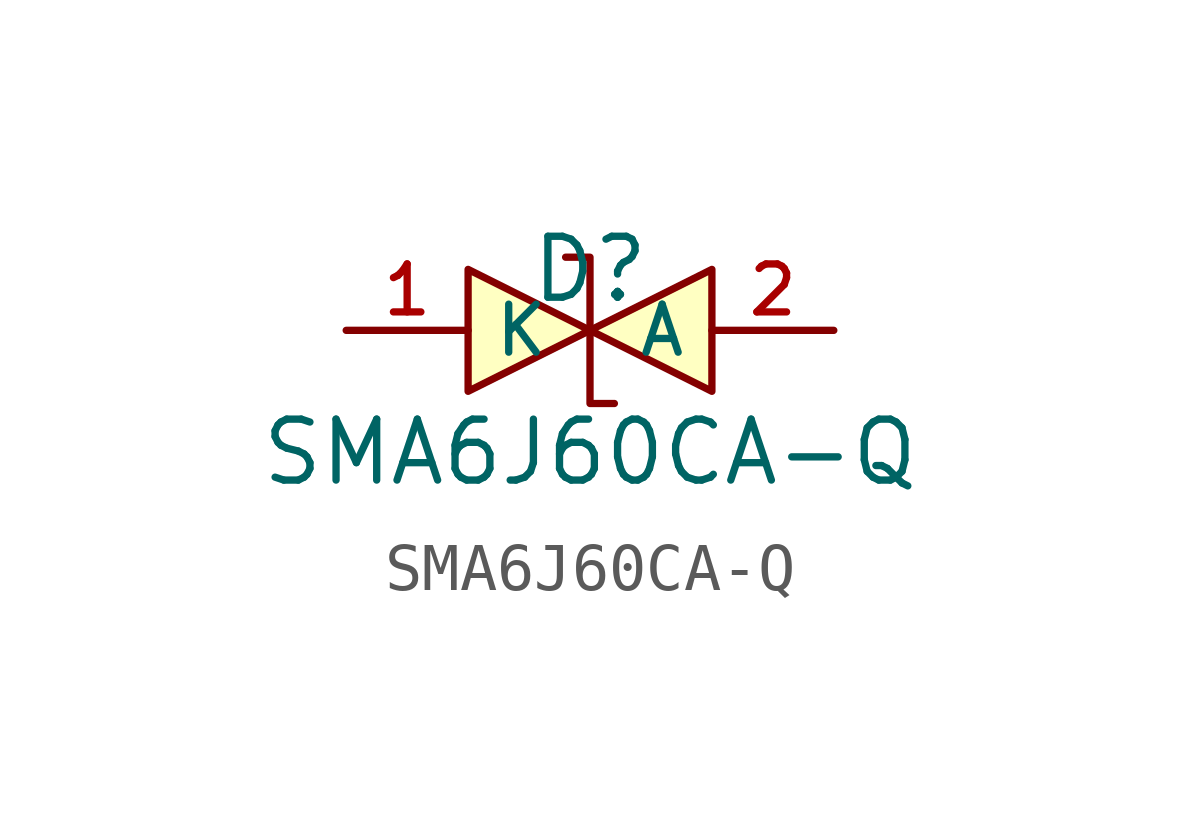
<source format=kicad_sym>
(kicad_symbol_lib
  (version 20210201)
  (generator TousstNicolas/JLC2KiCad_lib)
  (symbol "SMA6J60CA-Q"
    (property "Reference" "D"
      (at 0 1.27 0)
      (effects (font (size 1.27 1.27))))
    (property "Value" "SMA6J60CA-Q"
      (at 0 -2.54 0)
      (effects (font (size 1.27 1.27))))
    (symbol "SMA6J60CA-Q_0_1"
      (pin unspecified line (at 5.08 -0.0 180) (length 2.54) (name "A" (effects (font (size 1 1)))) (number "2" (effects (font (size 1 1)))))
      (pin unspecified line (at -5.08 -0.0 0) (length 2.54) (name "K" (effects (font (size 1 1)))) (number "1" (effects (font (size 1 1)))))
      (polyline (pts (xy -2.54 1.27) (xy 0.0 -0.0) (xy -2.54 -1.27) (xy -2.54 1.27)) (stroke (width 0) (type default) (color 0 0 0 0)) (fill (type background)))
      (polyline (pts (xy 2.54 1.27) (xy 0.0 -0.0) (xy 2.54 -1.27) (xy 2.54 1.27)) (stroke (width 0) (type default) (color 0 0 0 0)) (fill (type background)))
      (polyline (pts (xy -0.508 1.524) (xy -0.508 1.524) (xy 0.0 1.524) (xy 0.0 -1.524) (xy 0.508 -1.524) (xy 0.508 -1.524)) (stroke (width 0) (type default) (color 0 0 0 0)) (fill (type none))))))
</source>
